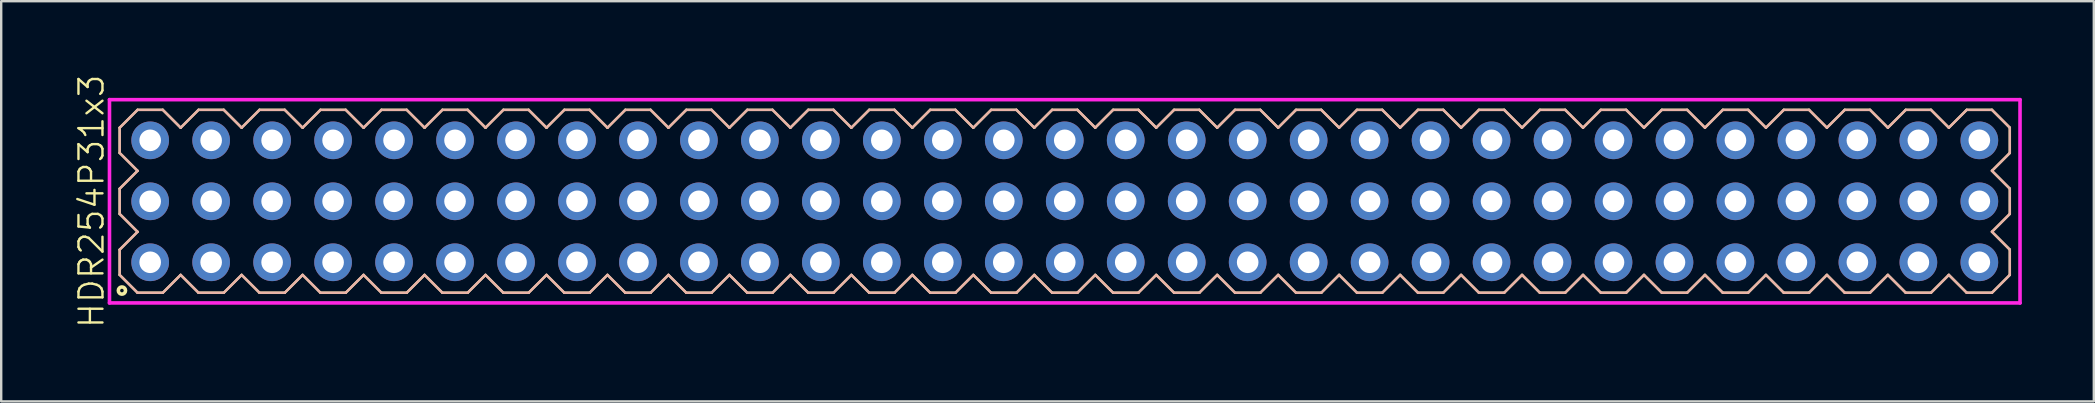
<source format=kicad_pcb>
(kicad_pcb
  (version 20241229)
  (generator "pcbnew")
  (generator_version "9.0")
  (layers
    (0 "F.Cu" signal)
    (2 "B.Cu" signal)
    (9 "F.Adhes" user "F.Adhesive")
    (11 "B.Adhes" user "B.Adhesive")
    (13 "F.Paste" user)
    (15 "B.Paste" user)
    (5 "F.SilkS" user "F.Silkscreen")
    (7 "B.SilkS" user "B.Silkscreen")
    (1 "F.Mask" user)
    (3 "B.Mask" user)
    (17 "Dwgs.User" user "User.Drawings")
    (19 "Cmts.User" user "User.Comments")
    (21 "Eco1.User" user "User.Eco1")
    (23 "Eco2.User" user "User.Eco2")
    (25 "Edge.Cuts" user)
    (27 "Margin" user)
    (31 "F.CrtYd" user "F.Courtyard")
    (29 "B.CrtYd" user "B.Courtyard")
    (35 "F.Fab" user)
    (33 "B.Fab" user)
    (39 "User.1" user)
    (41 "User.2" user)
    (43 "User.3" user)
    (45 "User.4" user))
  (footprint "HDR254P31x3"
    (layer "F.Cu")
    (at 41.306 5.336)
    (property "Reference" "HDR254P31x3" (at -40.545 0 90) (layer "F.SilkS") (effects (font (size 1 1) (thickness 0.1))))
    (attr through_hole)
    (fp_line (start -39.37 -3.066) (end -38.626 -3.81) (stroke (width 0.1) (type solid)) (layer "F.SilkS"))
    (fp_line (start -39.37 -2.014) (end -39.37 -3.066) (stroke (width 0.1) (type solid)) (layer "F.SilkS"))
    (fp_line (start -39.37 -0.526) (end -38.626 -1.27) (stroke (width 0.1) (type solid)) (layer "F.SilkS"))
    (fp_line (start -39.37 0.526) (end -39.37 -0.526) (stroke (width 0.1) (type solid)) (layer "F.SilkS"))
    (fp_line (start -39.37 2.014) (end -38.626 1.27) (stroke (width 0.1) (type solid)) (layer "F.SilkS"))
    (fp_line (start -39.37 3.066) (end -39.37 2.014) (stroke (width 0.1) (type solid)) (layer "F.SilkS"))
    (fp_line (start -38.626 -3.81) (end -37.574 -3.81) (stroke (width 0.1) (type solid)) (layer "F.SilkS"))
    (fp_line (start -38.626 -1.27) (end -39.37 -2.014) (stroke (width 0.1) (type solid)) (layer "F.SilkS"))
    (fp_line (start -38.626 1.27) (end -39.37 0.526) (stroke (width 0.1) (type solid)) (layer "F.SilkS"))
    (fp_line (start -38.626 3.81) (end -39.37 3.066) (stroke (width 0.1) (type solid)) (layer "F.SilkS"))
    (fp_line (start -37.574 -3.81) (end -36.83 -3.066) (stroke (width 0.1) (type solid)) (layer "F.SilkS"))
    (fp_line (start -37.574 3.81) (end -38.626 3.81) (stroke (width 0.1) (type solid)) (layer "F.SilkS"))
    (fp_line (start -36.83 -3.066) (end -36.086 -3.81) (stroke (width 0.1) (type solid)) (layer "F.SilkS"))
    (fp_line (start -36.83 3.066) (end -37.574 3.81) (stroke (width 0.1) (type solid)) (layer "F.SilkS"))
    (fp_line (start -36.086 -3.81) (end -35.034 -3.81) (stroke (width 0.1) (type solid)) (layer "F.SilkS"))
    (fp_line (start -36.086 3.81) (end -36.83 3.066) (stroke (width 0.1) (type solid)) (layer "F.SilkS"))
    (fp_line (start -35.034 -3.81) (end -34.29 -3.066) (stroke (width 0.1) (type solid)) (layer "F.SilkS"))
    (fp_line (start -35.034 3.81) (end -36.086 3.81) (stroke (width 0.1) (type solid)) (layer "F.SilkS"))
    (fp_line (start -34.29 -3.066) (end -33.546 -3.81) (stroke (width 0.1) (type solid)) (layer "F.SilkS"))
    (fp_line (start -34.29 3.066) (end -35.034 3.81) (stroke (width 0.1) (type solid)) (layer "F.SilkS"))
    (fp_line (start -33.546 -3.81) (end -32.494 -3.81) (stroke (width 0.1) (type solid)) (layer "F.SilkS"))
    (fp_line (start -33.546 3.81) (end -34.29 3.066) (stroke (width 0.1) (type solid)) (layer "F.SilkS"))
    (fp_line (start -32.494 -3.81) (end -31.75 -3.066) (stroke (width 0.1) (type solid)) (layer "F.SilkS"))
    (fp_line (start -32.494 3.81) (end -33.546 3.81) (stroke (width 0.1) (type solid)) (layer "F.SilkS"))
    (fp_line (start -31.75 -3.066) (end -31.006 -3.81) (stroke (width 0.1) (type solid)) (layer "F.SilkS"))
    (fp_line (start -31.75 3.066) (end -32.494 3.81) (stroke (width 0.1) (type solid)) (layer "F.SilkS"))
    (fp_line (start -31.006 -3.81) (end -29.954 -3.81) (stroke (width 0.1) (type solid)) (layer "F.SilkS"))
    (fp_line (start -31.006 3.81) (end -31.75 3.066) (stroke (width 0.1) (type solid)) (layer "F.SilkS"))
    (fp_line (start -29.954 -3.81) (end -29.21 -3.066) (stroke (width 0.1) (type solid)) (layer "F.SilkS"))
    (fp_line (start -29.954 3.81) (end -31.006 3.81) (stroke (width 0.1) (type solid)) (layer "F.SilkS"))
    (fp_line (start -29.21 -3.066) (end -28.466 -3.81) (stroke (width 0.1) (type solid)) (layer "F.SilkS"))
    (fp_line (start -29.21 3.066) (end -29.954 3.81) (stroke (width 0.1) (type solid)) (layer "F.SilkS"))
    (fp_line (start -28.466 -3.81) (end -27.414 -3.81) (stroke (width 0.1) (type solid)) (layer "F.SilkS"))
    (fp_line (start -28.466 3.81) (end -29.21 3.066) (stroke (width 0.1) (type solid)) (layer "F.SilkS"))
    (fp_line (start -27.414 -3.81) (end -26.67 -3.066) (stroke (width 0.1) (type solid)) (layer "F.SilkS"))
    (fp_line (start -27.414 3.81) (end -28.466 3.81) (stroke (width 0.1) (type solid)) (layer "F.SilkS"))
    (fp_line (start -26.67 -3.066) (end -25.926 -3.81) (stroke (width 0.1) (type solid)) (layer "F.SilkS"))
    (fp_line (start -26.67 3.066) (end -27.414 3.81) (stroke (width 0.1) (type solid)) (layer "F.SilkS"))
    (fp_line (start -25.926 -3.81) (end -24.874 -3.81) (stroke (width 0.1) (type solid)) (layer "F.SilkS"))
    (fp_line (start -25.926 3.81) (end -26.67 3.066) (stroke (width 0.1) (type solid)) (layer "F.SilkS"))
    (fp_line (start -24.874 -3.81) (end -24.13 -3.066) (stroke (width 0.1) (type solid)) (layer "F.SilkS"))
    (fp_line (start -24.874 3.81) (end -25.926 3.81) (stroke (width 0.1) (type solid)) (layer "F.SilkS"))
    (fp_line (start -24.13 -3.066) (end -23.386 -3.81) (stroke (width 0.1) (type solid)) (layer "F.SilkS"))
    (fp_line (start -24.13 3.066) (end -24.874 3.81) (stroke (width 0.1) (type solid)) (layer "F.SilkS"))
    (fp_line (start -23.386 -3.81) (end -22.334 -3.81) (stroke (width 0.1) (type solid)) (layer "F.SilkS"))
    (fp_line (start -23.386 3.81) (end -24.13 3.066) (stroke (width 0.1) (type solid)) (layer "F.SilkS"))
    (fp_line (start -22.334 -3.81) (end -21.59 -3.066) (stroke (width 0.1) (type solid)) (layer "F.SilkS"))
    (fp_line (start -22.334 3.81) (end -23.386 3.81) (stroke (width 0.1) (type solid)) (layer "F.SilkS"))
    (fp_line (start -21.59 -3.066) (end -20.846 -3.81) (stroke (width 0.1) (type solid)) (layer "F.SilkS"))
    (fp_line (start -21.59 3.066) (end -22.334 3.81) (stroke (width 0.1) (type solid)) (layer "F.SilkS"))
    (fp_line (start -20.846 -3.81) (end -19.794 -3.81) (stroke (width 0.1) (type solid)) (layer "F.SilkS"))
    (fp_line (start -20.846 3.81) (end -21.59 3.066) (stroke (width 0.1) (type solid)) (layer "F.SilkS"))
    (fp_line (start -19.794 -3.81) (end -19.05 -3.066) (stroke (width 0.1) (type solid)) (layer "F.SilkS"))
    (fp_line (start -19.794 3.81) (end -20.846 3.81) (stroke (width 0.1) (type solid)) (layer "F.SilkS"))
    (fp_line (start -19.05 -3.066) (end -18.306 -3.81) (stroke (width 0.1) (type solid)) (layer "F.SilkS"))
    (fp_line (start -19.05 3.066) (end -19.794 3.81) (stroke (width 0.1) (type solid)) (layer "F.SilkS"))
    (fp_line (start -18.306 -3.81) (end -17.254 -3.81) (stroke (width 0.1) (type solid)) (layer "F.SilkS"))
    (fp_line (start -18.306 3.81) (end -19.05 3.066) (stroke (width 0.1) (type solid)) (layer "F.SilkS"))
    (fp_line (start -17.254 -3.81) (end -16.51 -3.066) (stroke (width 0.1) (type solid)) (layer "F.SilkS"))
    (fp_line (start -17.254 3.81) (end -18.306 3.81) (stroke (width 0.1) (type solid)) (layer "F.SilkS"))
    (fp_line (start -16.51 -3.066) (end -15.766 -3.81) (stroke (width 0.1) (type solid)) (layer "F.SilkS"))
    (fp_line (start -16.51 3.066) (end -17.254 3.81) (stroke (width 0.1) (type solid)) (layer "F.SilkS"))
    (fp_line (start -15.766 -3.81) (end -14.714 -3.81) (stroke (width 0.1) (type solid)) (layer "F.SilkS"))
    (fp_line (start -15.766 3.81) (end -16.51 3.066) (stroke (width 0.1) (type solid)) (layer "F.SilkS"))
    (fp_line (start -14.714 -3.81) (end -13.97 -3.066) (stroke (width 0.1) (type solid)) (layer "F.SilkS"))
    (fp_line (start -14.714 3.81) (end -15.766 3.81) (stroke (width 0.1) (type solid)) (layer "F.SilkS"))
    (fp_line (start -13.97 -3.066) (end -13.226 -3.81) (stroke (width 0.1) (type solid)) (layer "F.SilkS"))
    (fp_line (start -13.97 3.066) (end -14.714 3.81) (stroke (width 0.1) (type solid)) (layer "F.SilkS"))
    (fp_line (start -13.226 -3.81) (end -12.174 -3.81) (stroke (width 0.1) (type solid)) (layer "F.SilkS"))
    (fp_line (start -13.226 3.81) (end -13.97 3.066) (stroke (width 0.1) (type solid)) (layer "F.SilkS"))
    (fp_line (start -12.174 -3.81) (end -11.43 -3.066) (stroke (width 0.1) (type solid)) (layer "F.SilkS"))
    (fp_line (start -12.174 3.81) (end -13.226 3.81) (stroke (width 0.1) (type solid)) (layer "F.SilkS"))
    (fp_line (start -11.43 -3.066) (end -10.686 -3.81) (stroke (width 0.1) (type solid)) (layer "F.SilkS"))
    (fp_line (start -11.43 3.066) (end -12.174 3.81) (stroke (width 0.1) (type solid)) (layer "F.SilkS"))
    (fp_line (start -10.686 -3.81) (end -9.634 -3.81) (stroke (width 0.1) (type solid)) (layer "F.SilkS"))
    (fp_line (start -10.686 3.81) (end -11.43 3.066) (stroke (width 0.1) (type solid)) (layer "F.SilkS"))
    (fp_line (start -9.634 -3.81) (end -8.89 -3.066) (stroke (width 0.1) (type solid)) (layer "F.SilkS"))
    (fp_line (start -9.634 3.81) (end -10.686 3.81) (stroke (width 0.1) (type solid)) (layer "F.SilkS"))
    (fp_line (start -8.89 -3.066) (end -8.146 -3.81) (stroke (width 0.1) (type solid)) (layer "F.SilkS"))
    (fp_line (start -8.89 3.066) (end -9.634 3.81) (stroke (width 0.1) (type solid)) (layer "F.SilkS"))
    (fp_line (start -8.146 -3.81) (end -7.094 -3.81) (stroke (width 0.1) (type solid)) (layer "F.SilkS"))
    (fp_line (start -8.146 3.81) (end -8.89 3.066) (stroke (width 0.1) (type solid)) (layer "F.SilkS"))
    (fp_line (start -7.094 -3.81) (end -6.35 -3.066) (stroke (width 0.1) (type solid)) (layer "F.SilkS"))
    (fp_line (start -7.094 3.81) (end -8.146 3.81) (stroke (width 0.1) (type solid)) (layer "F.SilkS"))
    (fp_line (start -6.35 -3.066) (end -5.606 -3.81) (stroke (width 0.1) (type solid)) (layer "F.SilkS"))
    (fp_line (start -6.35 3.066) (end -7.094 3.81) (stroke (width 0.1) (type solid)) (layer "F.SilkS"))
    (fp_line (start -5.606 -3.81) (end -4.554 -3.81) (stroke (width 0.1) (type solid)) (layer "F.SilkS"))
    (fp_line (start -5.606 3.81) (end -6.35 3.066) (stroke (width 0.1) (type solid)) (layer "F.SilkS"))
    (fp_line (start -4.554 -3.81) (end -3.81 -3.066) (stroke (width 0.1) (type solid)) (layer "F.SilkS"))
    (fp_line (start -4.554 3.81) (end -5.606 3.81) (stroke (width 0.1) (type solid)) (layer "F.SilkS"))
    (fp_line (start -3.81 -3.066) (end -3.066 -3.81) (stroke (width 0.1) (type solid)) (layer "F.SilkS"))
    (fp_line (start -3.81 3.066) (end -4.554 3.81) (stroke (width 0.1) (type solid)) (layer "F.SilkS"))
    (fp_line (start -3.066 -3.81) (end -2.014 -3.81) (stroke (width 0.1) (type solid)) (layer "F.SilkS"))
    (fp_line (start -3.066 3.81) (end -3.81 3.066) (stroke (width 0.1) (type solid)) (layer "F.SilkS"))
    (fp_line (start -2.014 -3.81) (end -1.27 -3.066) (stroke (width 0.1) (type solid)) (layer "F.SilkS"))
    (fp_line (start -2.014 3.81) (end -3.066 3.81) (stroke (width 0.1) (type solid)) (layer "F.SilkS"))
    (fp_line (start -1.27 -3.066) (end -0.526 -3.81) (stroke (width 0.1) (type solid)) (layer "F.SilkS"))
    (fp_line (start -1.27 3.066) (end -2.014 3.81) (stroke (width 0.1) (type solid)) (layer "F.SilkS"))
    (fp_line (start -0.526 -3.81) (end 0.526 -3.81) (stroke (width 0.1) (type solid)) (layer "F.SilkS"))
    (fp_line (start -0.526 3.81) (end -1.27 3.066) (stroke (width 0.1) (type solid)) (layer "F.SilkS"))
    (fp_line (start 0.526 -3.81) (end 1.27 -3.066) (stroke (width 0.1) (type solid)) (layer "F.SilkS"))
    (fp_line (start 0.526 3.81) (end -0.526 3.81) (stroke (width 0.1) (type solid)) (layer "F.SilkS"))
    (fp_line (start 1.27 -3.066) (end 2.014 -3.81) (stroke (width 0.1) (type solid)) (layer "F.SilkS"))
    (fp_line (start 1.27 3.066) (end 0.526 3.81) (stroke (width 0.1) (type solid)) (layer "F.SilkS"))
    (fp_line (start 2.014 -3.81) (end 3.066 -3.81) (stroke (width 0.1) (type solid)) (layer "F.SilkS"))
    (fp_line (start 2.014 3.81) (end 1.27 3.066) (stroke (width 0.1) (type solid)) (layer "F.SilkS"))
    (fp_line (start 3.066 -3.81) (end 3.81 -3.066) (stroke (width 0.1) (type solid)) (layer "F.SilkS"))
    (fp_line (start 3.066 3.81) (end 2.014 3.81) (stroke (width 0.1) (type solid)) (layer "F.SilkS"))
    (fp_line (start 3.81 -3.066) (end 4.554 -3.81) (stroke (width 0.1) (type solid)) (layer "F.SilkS"))
    (fp_line (start 3.81 3.066) (end 3.066 3.81) (stroke (width 0.1) (type solid)) (layer "F.SilkS"))
    (fp_line (start 4.554 -3.81) (end 5.606 -3.81) (stroke (width 0.1) (type solid)) (layer "F.SilkS"))
    (fp_line (start 4.554 3.81) (end 3.81 3.066) (stroke (width 0.1) (type solid)) (layer "F.SilkS"))
    (fp_line (start 5.606 -3.81) (end 6.35 -3.066) (stroke (width 0.1) (type solid)) (layer "F.SilkS"))
    (fp_line (start 5.606 3.81) (end 4.554 3.81) (stroke (width 0.1) (type solid)) (layer "F.SilkS"))
    (fp_line (start 6.35 -3.066) (end 7.094 -3.81) (stroke (width 0.1) (type solid)) (layer "F.SilkS"))
    (fp_line (start 6.35 3.066) (end 5.606 3.81) (stroke (width 0.1) (type solid)) (layer "F.SilkS"))
    (fp_line (start 7.094 -3.81) (end 8.146 -3.81) (stroke (width 0.1) (type solid)) (layer "F.SilkS"))
    (fp_line (start 7.094 3.81) (end 6.35 3.066) (stroke (width 0.1) (type solid)) (layer "F.SilkS"))
    (fp_line (start 8.146 -3.81) (end 8.89 -3.066) (stroke (width 0.1) (type solid)) (layer "F.SilkS"))
    (fp_line (start 8.146 3.81) (end 7.094 3.81) (stroke (width 0.1) (type solid)) (layer "F.SilkS"))
    (fp_line (start 8.89 -3.066) (end 9.634 -3.81) (stroke (width 0.1) (type solid)) (layer "F.SilkS"))
    (fp_line (start 8.89 3.066) (end 8.146 3.81) (stroke (width 0.1) (type solid)) (layer "F.SilkS"))
    (fp_line (start 9.634 -3.81) (end 10.686 -3.81) (stroke (width 0.1) (type solid)) (layer "F.SilkS"))
    (fp_line (start 9.634 3.81) (end 8.89 3.066) (stroke (width 0.1) (type solid)) (layer "F.SilkS"))
    (fp_line (start 10.686 -3.81) (end 11.43 -3.066) (stroke (width 0.1) (type solid)) (layer "F.SilkS"))
    (fp_line (start 10.686 3.81) (end 9.634 3.81) (stroke (width 0.1) (type solid)) (layer "F.SilkS"))
    (fp_line (start 11.43 -3.066) (end 12.174 -3.81) (stroke (width 0.1) (type solid)) (layer "F.SilkS"))
    (fp_line (start 11.43 3.066) (end 10.686 3.81) (stroke (width 0.1) (type solid)) (layer "F.SilkS"))
    (fp_line (start 12.174 -3.81) (end 13.226 -3.81) (stroke (width 0.1) (type solid)) (layer "F.SilkS"))
    (fp_line (start 12.174 3.81) (end 11.43 3.066) (stroke (width 0.1) (type solid)) (layer "F.SilkS"))
    (fp_line (start 13.226 -3.81) (end 13.97 -3.066) (stroke (width 0.1) (type solid)) (layer "F.SilkS"))
    (fp_line (start 13.226 3.81) (end 12.174 3.81) (stroke (width 0.1) (type solid)) (layer "F.SilkS"))
    (fp_line (start 13.97 -3.066) (end 14.714 -3.81) (stroke (width 0.1) (type solid)) (layer "F.SilkS"))
    (fp_line (start 13.97 3.066) (end 13.226 3.81) (stroke (width 0.1) (type solid)) (layer "F.SilkS"))
    (fp_line (start 14.714 -3.81) (end 15.766 -3.81) (stroke (width 0.1) (type solid)) (layer "F.SilkS"))
    (fp_line (start 14.714 3.81) (end 13.97 3.066) (stroke (width 0.1) (type solid)) (layer "F.SilkS"))
    (fp_line (start 15.766 -3.81) (end 16.51 -3.066) (stroke (width 0.1) (type solid)) (layer "F.SilkS"))
    (fp_line (start 15.766 3.81) (end 14.714 3.81) (stroke (width 0.1) (type solid)) (layer "F.SilkS"))
    (fp_line (start 16.51 -3.066) (end 17.254 -3.81) (stroke (width 0.1) (type solid)) (layer "F.SilkS"))
    (fp_line (start 16.51 3.066) (end 15.766 3.81) (stroke (width 0.1) (type solid)) (layer "F.SilkS"))
    (fp_line (start 17.254 -3.81) (end 18.306 -3.81) (stroke (width 0.1) (type solid)) (layer "F.SilkS"))
    (fp_line (start 17.254 3.81) (end 16.51 3.066) (stroke (width 0.1) (type solid)) (layer "F.SilkS"))
    (fp_line (start 18.306 -3.81) (end 19.05 -3.066) (stroke (width 0.1) (type solid)) (layer "F.SilkS"))
    (fp_line (start 18.306 3.81) (end 17.254 3.81) (stroke (width 0.1) (type solid)) (layer "F.SilkS"))
    (fp_line (start 19.05 -3.066) (end 19.794 -3.81) (stroke (width 0.1) (type solid)) (layer "F.SilkS"))
    (fp_line (start 19.05 3.066) (end 18.306 3.81) (stroke (width 0.1) (type solid)) (layer "F.SilkS"))
    (fp_line (start 19.794 -3.81) (end 20.846 -3.81) (stroke (width 0.1) (type solid)) (layer "F.SilkS"))
    (fp_line (start 19.794 3.81) (end 19.05 3.066) (stroke (width 0.1) (type solid)) (layer "F.SilkS"))
    (fp_line (start 20.846 -3.81) (end 21.59 -3.066) (stroke (width 0.1) (type solid)) (layer "F.SilkS"))
    (fp_line (start 20.846 3.81) (end 19.794 3.81) (stroke (width 0.1) (type solid)) (layer "F.SilkS"))
    (fp_line (start 21.59 -3.066) (end 22.334 -3.81) (stroke (width 0.1) (type solid)) (layer "F.SilkS"))
    (fp_line (start 21.59 3.066) (end 20.846 3.81) (stroke (width 0.1) (type solid)) (layer "F.SilkS"))
    (fp_line (start 22.334 -3.81) (end 23.386 -3.81) (stroke (width 0.1) (type solid)) (layer "F.SilkS"))
    (fp_line (start 22.334 3.81) (end 21.59 3.066) (stroke (width 0.1) (type solid)) (layer "F.SilkS"))
    (fp_line (start 23.386 -3.81) (end 24.13 -3.066) (stroke (width 0.1) (type solid)) (layer "F.SilkS"))
    (fp_line (start 23.386 3.81) (end 22.334 3.81) (stroke (width 0.1) (type solid)) (layer "F.SilkS"))
    (fp_line (start 24.13 -3.066) (end 24.874 -3.81) (stroke (width 0.1) (type solid)) (layer "F.SilkS"))
    (fp_line (start 24.13 3.066) (end 23.386 3.81) (stroke (width 0.1) (type solid)) (layer "F.SilkS"))
    (fp_line (start 24.874 -3.81) (end 25.926 -3.81) (stroke (width 0.1) (type solid)) (layer "F.SilkS"))
    (fp_line (start 24.874 3.81) (end 24.13 3.066) (stroke (width 0.1) (type solid)) (layer "F.SilkS"))
    (fp_line (start 25.926 -3.81) (end 26.67 -3.066) (stroke (width 0.1) (type solid)) (layer "F.SilkS"))
    (fp_line (start 25.926 3.81) (end 24.874 3.81) (stroke (width 0.1) (type solid)) (layer "F.SilkS"))
    (fp_line (start 26.67 -3.066) (end 27.414 -3.81) (stroke (width 0.1) (type solid)) (layer "F.SilkS"))
    (fp_line (start 26.67 3.066) (end 25.926 3.81) (stroke (width 0.1) (type solid)) (layer "F.SilkS"))
    (fp_line (start 27.414 -3.81) (end 28.466 -3.81) (stroke (width 0.1) (type solid)) (layer "F.SilkS"))
    (fp_line (start 27.414 3.81) (end 26.67 3.066) (stroke (width 0.1) (type solid)) (layer "F.SilkS"))
    (fp_line (start 28.466 -3.81) (end 29.21 -3.066) (stroke (width 0.1) (type solid)) (layer "F.SilkS"))
    (fp_line (start 28.466 3.81) (end 27.414 3.81) (stroke (width 0.1) (type solid)) (layer "F.SilkS"))
    (fp_line (start 29.21 -3.066) (end 29.954 -3.81) (stroke (width 0.1) (type solid)) (layer "F.SilkS"))
    (fp_line (start 29.21 3.066) (end 28.466 3.81) (stroke (width 0.1) (type solid)) (layer "F.SilkS"))
    (fp_line (start 29.954 -3.81) (end 31.006 -3.81) (stroke (width 0.1) (type solid)) (layer "F.SilkS"))
    (fp_line (start 29.954 3.81) (end 29.21 3.066) (stroke (width 0.1) (type solid)) (layer "F.SilkS"))
    (fp_line (start 31.006 -3.81) (end 31.75 -3.066) (stroke (width 0.1) (type solid)) (layer "F.SilkS"))
    (fp_line (start 31.006 3.81) (end 29.954 3.81) (stroke (width 0.1) (type solid)) (layer "F.SilkS"))
    (fp_line (start 31.75 -3.066) (end 32.494 -3.81) (stroke (width 0.1) (type solid)) (layer "F.SilkS"))
    (fp_line (start 31.75 3.066) (end 31.006 3.81) (stroke (width 0.1) (type solid)) (layer "F.SilkS"))
    (fp_line (start 32.494 -3.81) (end 33.546 -3.81) (stroke (width 0.1) (type solid)) (layer "F.SilkS"))
    (fp_line (start 32.494 3.81) (end 31.75 3.066) (stroke (width 0.1) (type solid)) (layer "F.SilkS"))
    (fp_line (start 33.546 -3.81) (end 34.29 -3.066) (stroke (width 0.1) (type solid)) (layer "F.SilkS"))
    (fp_line (start 33.546 3.81) (end 32.494 3.81) (stroke (width 0.1) (type solid)) (layer "F.SilkS"))
    (fp_line (start 34.29 -3.066) (end 35.034 -3.81) (stroke (width 0.1) (type solid)) (layer "F.SilkS"))
    (fp_line (start 34.29 3.066) (end 33.546 3.81) (stroke (width 0.1) (type solid)) (layer "F.SilkS"))
    (fp_line (start 35.034 -3.81) (end 36.086 -3.81) (stroke (width 0.1) (type solid)) (layer "F.SilkS"))
    (fp_line (start 35.034 3.81) (end 34.29 3.066) (stroke (width 0.1) (type solid)) (layer "F.SilkS"))
    (fp_line (start 36.086 -3.81) (end 36.83 -3.066) (stroke (width 0.1) (type solid)) (layer "F.SilkS"))
    (fp_line (start 36.086 3.81) (end 35.034 3.81) (stroke (width 0.1) (type solid)) (layer "F.SilkS"))
    (fp_line (start 36.83 -3.066) (end 37.574 -3.81) (stroke (width 0.1) (type solid)) (layer "F.SilkS"))
    (fp_line (start 36.83 3.066) (end 36.086 3.81) (stroke (width 0.1) (type solid)) (layer "F.SilkS"))
    (fp_line (start 37.574 -3.81) (end 38.626 -3.81) (stroke (width 0.1) (type solid)) (layer "F.SilkS"))
    (fp_line (start 37.574 3.81) (end 36.83 3.066) (stroke (width 0.1) (type solid)) (layer "F.SilkS"))
    (fp_line (start 38.626 -3.81) (end 39.37 -3.066) (stroke (width 0.1) (type solid)) (layer "F.SilkS"))
    (fp_line (start 38.626 -1.27) (end 39.37 -0.526) (stroke (width 0.1) (type solid)) (layer "F.SilkS"))
    (fp_line (start 38.626 1.27) (end 39.37 2.014) (stroke (width 0.1) (type solid)) (layer "F.SilkS"))
    (fp_line (start 38.626 3.81) (end 37.574 3.81) (stroke (width 0.1) (type solid)) (layer "F.SilkS"))
    (fp_line (start 39.37 -3.066) (end 39.37 -2.014) (stroke (width 0.1) (type solid)) (layer "F.SilkS"))
    (fp_line (start 39.37 -2.014) (end 38.626 -1.27) (stroke (width 0.1) (type solid)) (layer "F.SilkS"))
    (fp_line (start 39.37 -0.526) (end 39.37 0.526) (stroke (width 0.1) (type solid)) (layer "F.SilkS"))
    (fp_line (start 39.37 0.526) (end 38.626 1.27) (stroke (width 0.1) (type solid)) (layer "F.SilkS"))
    (fp_line (start 39.37 2.014) (end 39.37 3.066) (stroke (width 0.1) (type solid)) (layer "F.SilkS"))
    (fp_line (start 39.37 3.066) (end 38.626 3.81) (stroke (width 0.1) (type solid)) (layer "F.SilkS"))
    (fp_circle (center -39.277 3.718) (end -39.127 3.718) (stroke (width 0.15) (type solid)) (fill no) (layer "F.SilkS"))
    (fp_line (start -39.37 -3.066) (end -38.626 -3.81) (stroke (width 0.1) (type solid)) (layer "B.SilkS"))
    (fp_line (start -39.37 -2.014) (end -39.37 -3.066) (stroke (width 0.1) (type solid)) (layer "B.SilkS"))
    (fp_line (start -39.37 -0.526) (end -38.626 -1.27) (stroke (width 0.1) (type solid)) (layer "B.SilkS"))
    (fp_line (start -39.37 0.526) (end -39.37 -0.526) (stroke (width 0.1) (type solid)) (layer "B.SilkS"))
    (fp_line (start -39.37 2.014) (end -38.626 1.27) (stroke (width 0.1) (type solid)) (layer "B.SilkS"))
    (fp_line (start -39.37 3.066) (end -39.37 2.014) (stroke (width 0.1) (type solid)) (layer "B.SilkS"))
    (fp_line (start -38.626 -3.81) (end -37.574 -3.81) (stroke (width 0.1) (type solid)) (layer "B.SilkS"))
    (fp_line (start -38.626 -1.27) (end -39.37 -2.014) (stroke (width 0.1) (type solid)) (layer "B.SilkS"))
    (fp_line (start -38.626 1.27) (end -39.37 0.526) (stroke (width 0.1) (type solid)) (layer "B.SilkS"))
    (fp_line (start -38.626 3.81) (end -39.37 3.066) (stroke (width 0.1) (type solid)) (layer "B.SilkS"))
    (fp_line (start -37.574 -3.81) (end -36.83 -3.066) (stroke (width 0.1) (type solid)) (layer "B.SilkS"))
    (fp_line (start -37.574 3.81) (end -38.626 3.81) (stroke (width 0.1) (type solid)) (layer "B.SilkS"))
    (fp_line (start -36.83 -3.066) (end -36.086 -3.81) (stroke (width 0.1) (type solid)) (layer "B.SilkS"))
    (fp_line (start -36.83 3.066) (end -37.574 3.81) (stroke (width 0.1) (type solid)) (layer "B.SilkS"))
    (fp_line (start -36.086 -3.81) (end -35.034 -3.81) (stroke (width 0.1) (type solid)) (layer "B.SilkS"))
    (fp_line (start -36.086 3.81) (end -36.83 3.066) (stroke (width 0.1) (type solid)) (layer "B.SilkS"))
    (fp_line (start -35.034 -3.81) (end -34.29 -3.066) (stroke (width 0.1) (type solid)) (layer "B.SilkS"))
    (fp_line (start -35.034 3.81) (end -36.086 3.81) (stroke (width 0.1) (type solid)) (layer "B.SilkS"))
    (fp_line (start -34.29 -3.066) (end -33.546 -3.81) (stroke (width 0.1) (type solid)) (layer "B.SilkS"))
    (fp_line (start -34.29 3.066) (end -35.034 3.81) (stroke (width 0.1) (type solid)) (layer "B.SilkS"))
    (fp_line (start -33.546 -3.81) (end -32.494 -3.81) (stroke (width 0.1) (type solid)) (layer "B.SilkS"))
    (fp_line (start -33.546 3.81) (end -34.29 3.066) (stroke (width 0.1) (type solid)) (layer "B.SilkS"))
    (fp_line (start -32.494 -3.81) (end -31.75 -3.066) (stroke (width 0.1) (type solid)) (layer "B.SilkS"))
    (fp_line (start -32.494 3.81) (end -33.546 3.81) (stroke (width 0.1) (type solid)) (layer "B.SilkS"))
    (fp_line (start -31.75 -3.066) (end -31.006 -3.81) (stroke (width 0.1) (type solid)) (layer "B.SilkS"))
    (fp_line (start -31.75 3.066) (end -32.494 3.81) (stroke (width 0.1) (type solid)) (layer "B.SilkS"))
    (fp_line (start -31.006 -3.81) (end -29.954 -3.81) (stroke (width 0.1) (type solid)) (layer "B.SilkS"))
    (fp_line (start -31.006 3.81) (end -31.75 3.066) (stroke (width 0.1) (type solid)) (layer "B.SilkS"))
    (fp_line (start -29.954 -3.81) (end -29.21 -3.066) (stroke (width 0.1) (type solid)) (layer "B.SilkS"))
    (fp_line (start -29.954 3.81) (end -31.006 3.81) (stroke (width 0.1) (type solid)) (layer "B.SilkS"))
    (fp_line (start -29.21 -3.066) (end -28.466 -3.81) (stroke (width 0.1) (type solid)) (layer "B.SilkS"))
    (fp_line (start -29.21 3.066) (end -29.954 3.81) (stroke (width 0.1) (type solid)) (layer "B.SilkS"))
    (fp_line (start -28.466 -3.81) (end -27.414 -3.81) (stroke (width 0.1) (type solid)) (layer "B.SilkS"))
    (fp_line (start -28.466 3.81) (end -29.21 3.066) (stroke (width 0.1) (type solid)) (layer "B.SilkS"))
    (fp_line (start -27.414 -3.81) (end -26.67 -3.066) (stroke (width 0.1) (type solid)) (layer "B.SilkS"))
    (fp_line (start -27.414 3.81) (end -28.466 3.81) (stroke (width 0.1) (type solid)) (layer "B.SilkS"))
    (fp_line (start -26.67 -3.066) (end -25.926 -3.81) (stroke (width 0.1) (type solid)) (layer "B.SilkS"))
    (fp_line (start -26.67 3.066) (end -27.414 3.81) (stroke (width 0.1) (type solid)) (layer "B.SilkS"))
    (fp_line (start -25.926 -3.81) (end -24.874 -3.81) (stroke (width 0.1) (type solid)) (layer "B.SilkS"))
    (fp_line (start -25.926 3.81) (end -26.67 3.066) (stroke (width 0.1) (type solid)) (layer "B.SilkS"))
    (fp_line (start -24.874 -3.81) (end -24.13 -3.066) (stroke (width 0.1) (type solid)) (layer "B.SilkS"))
    (fp_line (start -24.874 3.81) (end -25.926 3.81) (stroke (width 0.1) (type solid)) (layer "B.SilkS"))
    (fp_line (start -24.13 -3.066) (end -23.386 -3.81) (stroke (width 0.1) (type solid)) (layer "B.SilkS"))
    (fp_line (start -24.13 3.066) (end -24.874 3.81) (stroke (width 0.1) (type solid)) (layer "B.SilkS"))
    (fp_line (start -23.386 -3.81) (end -22.334 -3.81) (stroke (width 0.1) (type solid)) (layer "B.SilkS"))
    (fp_line (start -23.386 3.81) (end -24.13 3.066) (stroke (width 0.1) (type solid)) (layer "B.SilkS"))
    (fp_line (start -22.334 -3.81) (end -21.59 -3.066) (stroke (width 0.1) (type solid)) (layer "B.SilkS"))
    (fp_line (start -22.334 3.81) (end -23.386 3.81) (stroke (width 0.1) (type solid)) (layer "B.SilkS"))
    (fp_line (start -21.59 -3.066) (end -20.846 -3.81) (stroke (width 0.1) (type solid)) (layer "B.SilkS"))
    (fp_line (start -21.59 3.066) (end -22.334 3.81) (stroke (width 0.1) (type solid)) (layer "B.SilkS"))
    (fp_line (start -20.846 -3.81) (end -19.794 -3.81) (stroke (width 0.1) (type solid)) (layer "B.SilkS"))
    (fp_line (start -20.846 3.81) (end -21.59 3.066) (stroke (width 0.1) (type solid)) (layer "B.SilkS"))
    (fp_line (start -19.794 -3.81) (end -19.05 -3.066) (stroke (width 0.1) (type solid)) (layer "B.SilkS"))
    (fp_line (start -19.794 3.81) (end -20.846 3.81) (stroke (width 0.1) (type solid)) (layer "B.SilkS"))
    (fp_line (start -19.05 -3.066) (end -18.306 -3.81) (stroke (width 0.1) (type solid)) (layer "B.SilkS"))
    (fp_line (start -19.05 3.066) (end -19.794 3.81) (stroke (width 0.1) (type solid)) (layer "B.SilkS"))
    (fp_line (start -18.306 -3.81) (end -17.254 -3.81) (stroke (width 0.1) (type solid)) (layer "B.SilkS"))
    (fp_line (start -18.306 3.81) (end -19.05 3.066) (stroke (width 0.1) (type solid)) (layer "B.SilkS"))
    (fp_line (start -17.254 -3.81) (end -16.51 -3.066) (stroke (width 0.1) (type solid)) (layer "B.SilkS"))
    (fp_line (start -17.254 3.81) (end -18.306 3.81) (stroke (width 0.1) (type solid)) (layer "B.SilkS"))
    (fp_line (start -16.51 -3.066) (end -15.766 -3.81) (stroke (width 0.1) (type solid)) (layer "B.SilkS"))
    (fp_line (start -16.51 3.066) (end -17.254 3.81) (stroke (width 0.1) (type solid)) (layer "B.SilkS"))
    (fp_line (start -15.766 -3.81) (end -14.714 -3.81) (stroke (width 0.1) (type solid)) (layer "B.SilkS"))
    (fp_line (start -15.766 3.81) (end -16.51 3.066) (stroke (width 0.1) (type solid)) (layer "B.SilkS"))
    (fp_line (start -14.714 -3.81) (end -13.97 -3.066) (stroke (width 0.1) (type solid)) (layer "B.SilkS"))
    (fp_line (start -14.714 3.81) (end -15.766 3.81) (stroke (width 0.1) (type solid)) (layer "B.SilkS"))
    (fp_line (start -13.97 -3.066) (end -13.226 -3.81) (stroke (width 0.1) (type solid)) (layer "B.SilkS"))
    (fp_line (start -13.97 3.066) (end -14.714 3.81) (stroke (width 0.1) (type solid)) (layer "B.SilkS"))
    (fp_line (start -13.226 -3.81) (end -12.174 -3.81) (stroke (width 0.1) (type solid)) (layer "B.SilkS"))
    (fp_line (start -13.226 3.81) (end -13.97 3.066) (stroke (width 0.1) (type solid)) (layer "B.SilkS"))
    (fp_line (start -12.174 -3.81) (end -11.43 -3.066) (stroke (width 0.1) (type solid)) (layer "B.SilkS"))
    (fp_line (start -12.174 3.81) (end -13.226 3.81) (stroke (width 0.1) (type solid)) (layer "B.SilkS"))
    (fp_line (start -11.43 -3.066) (end -10.686 -3.81) (stroke (width 0.1) (type solid)) (layer "B.SilkS"))
    (fp_line (start -11.43 3.066) (end -12.174 3.81) (stroke (width 0.1) (type solid)) (layer "B.SilkS"))
    (fp_line (start -10.686 -3.81) (end -9.634 -3.81) (stroke (width 0.1) (type solid)) (layer "B.SilkS"))
    (fp_line (start -10.686 3.81) (end -11.43 3.066) (stroke (width 0.1) (type solid)) (layer "B.SilkS"))
    (fp_line (start -9.634 -3.81) (end -8.89 -3.066) (stroke (width 0.1) (type solid)) (layer "B.SilkS"))
    (fp_line (start -9.634 3.81) (end -10.686 3.81) (stroke (width 0.1) (type solid)) (layer "B.SilkS"))
    (fp_line (start -8.89 -3.066) (end -8.146 -3.81) (stroke (width 0.1) (type solid)) (layer "B.SilkS"))
    (fp_line (start -8.89 3.066) (end -9.634 3.81) (stroke (width 0.1) (type solid)) (layer "B.SilkS"))
    (fp_line (start -8.146 -3.81) (end -7.094 -3.81) (stroke (width 0.1) (type solid)) (layer "B.SilkS"))
    (fp_line (start -8.146 3.81) (end -8.89 3.066) (stroke (width 0.1) (type solid)) (layer "B.SilkS"))
    (fp_line (start -7.094 -3.81) (end -6.35 -3.066) (stroke (width 0.1) (type solid)) (layer "B.SilkS"))
    (fp_line (start -7.094 3.81) (end -8.146 3.81) (stroke (width 0.1) (type solid)) (layer "B.SilkS"))
    (fp_line (start -6.35 -3.066) (end -5.606 -3.81) (stroke (width 0.1) (type solid)) (layer "B.SilkS"))
    (fp_line (start -6.35 3.066) (end -7.094 3.81) (stroke (width 0.1) (type solid)) (layer "B.SilkS"))
    (fp_line (start -5.606 -3.81) (end -4.554 -3.81) (stroke (width 0.1) (type solid)) (layer "B.SilkS"))
    (fp_line (start -5.606 3.81) (end -6.35 3.066) (stroke (width 0.1) (type solid)) (layer "B.SilkS"))
    (fp_line (start -4.554 -3.81) (end -3.81 -3.066) (stroke (width 0.1) (type solid)) (layer "B.SilkS"))
    (fp_line (start -4.554 3.81) (end -5.606 3.81) (stroke (width 0.1) (type solid)) (layer "B.SilkS"))
    (fp_line (start -3.81 -3.066) (end -3.066 -3.81) (stroke (width 0.1) (type solid)) (layer "B.SilkS"))
    (fp_line (start -3.81 3.066) (end -4.554 3.81) (stroke (width 0.1) (type solid)) (layer "B.SilkS"))
    (fp_line (start -3.066 -3.81) (end -2.014 -3.81) (stroke (width 0.1) (type solid)) (layer "B.SilkS"))
    (fp_line (start -3.066 3.81) (end -3.81 3.066) (stroke (width 0.1) (type solid)) (layer "B.SilkS"))
    (fp_line (start -2.014 -3.81) (end -1.27 -3.066) (stroke (width 0.1) (type solid)) (layer "B.SilkS"))
    (fp_line (start -2.014 3.81) (end -3.066 3.81) (stroke (width 0.1) (type solid)) (layer "B.SilkS"))
    (fp_line (start -1.27 -3.066) (end -0.526 -3.81) (stroke (width 0.1) (type solid)) (layer "B.SilkS"))
    (fp_line (start -1.27 3.066) (end -2.014 3.81) (stroke (width 0.1) (type solid)) (layer "B.SilkS"))
    (fp_line (start -0.526 -3.81) (end 0.526 -3.81) (stroke (width 0.1) (type solid)) (layer "B.SilkS"))
    (fp_line (start -0.526 3.81) (end -1.27 3.066) (stroke (width 0.1) (type solid)) (layer "B.SilkS"))
    (fp_line (start 0.526 -3.81) (end 1.27 -3.066) (stroke (width 0.1) (type solid)) (layer "B.SilkS"))
    (fp_line (start 0.526 3.81) (end -0.526 3.81) (stroke (width 0.1) (type solid)) (layer "B.SilkS"))
    (fp_line (start 1.27 -3.066) (end 2.014 -3.81) (stroke (width 0.1) (type solid)) (layer "B.SilkS"))
    (fp_line (start 1.27 3.066) (end 0.526 3.81) (stroke (width 0.1) (type solid)) (layer "B.SilkS"))
    (fp_line (start 2.014 -3.81) (end 3.066 -3.81) (stroke (width 0.1) (type solid)) (layer "B.SilkS"))
    (fp_line (start 2.014 3.81) (end 1.27 3.066) (stroke (width 0.1) (type solid)) (layer "B.SilkS"))
    (fp_line (start 3.066 -3.81) (end 3.81 -3.066) (stroke (width 0.1) (type solid)) (layer "B.SilkS"))
    (fp_line (start 3.066 3.81) (end 2.014 3.81) (stroke (width 0.1) (type solid)) (layer "B.SilkS"))
    (fp_line (start 3.81 -3.066) (end 4.554 -3.81) (stroke (width 0.1) (type solid)) (layer "B.SilkS"))
    (fp_line (start 3.81 3.066) (end 3.066 3.81) (stroke (width 0.1) (type solid)) (layer "B.SilkS"))
    (fp_line (start 4.554 -3.81) (end 5.606 -3.81) (stroke (width 0.1) (type solid)) (layer "B.SilkS"))
    (fp_line (start 4.554 3.81) (end 3.81 3.066) (stroke (width 0.1) (type solid)) (layer "B.SilkS"))
    (fp_line (start 5.606 -3.81) (end 6.35 -3.066) (stroke (width 0.1) (type solid)) (layer "B.SilkS"))
    (fp_line (start 5.606 3.81) (end 4.554 3.81) (stroke (width 0.1) (type solid)) (layer "B.SilkS"))
    (fp_line (start 6.35 -3.066) (end 7.094 -3.81) (stroke (width 0.1) (type solid)) (layer "B.SilkS"))
    (fp_line (start 6.35 3.066) (end 5.606 3.81) (stroke (width 0.1) (type solid)) (layer "B.SilkS"))
    (fp_line (start 7.094 -3.81) (end 8.146 -3.81) (stroke (width 0.1) (type solid)) (layer "B.SilkS"))
    (fp_line (start 7.094 3.81) (end 6.35 3.066) (stroke (width 0.1) (type solid)) (layer "B.SilkS"))
    (fp_line (start 8.146 -3.81) (end 8.89 -3.066) (stroke (width 0.1) (type solid)) (layer "B.SilkS"))
    (fp_line (start 8.146 3.81) (end 7.094 3.81) (stroke (width 0.1) (type solid)) (layer "B.SilkS"))
    (fp_line (start 8.89 -3.066) (end 9.634 -3.81) (stroke (width 0.1) (type solid)) (layer "B.SilkS"))
    (fp_line (start 8.89 3.066) (end 8.146 3.81) (stroke (width 0.1) (type solid)) (layer "B.SilkS"))
    (fp_line (start 9.634 -3.81) (end 10.686 -3.81) (stroke (width 0.1) (type solid)) (layer "B.SilkS"))
    (fp_line (start 9.634 3.81) (end 8.89 3.066) (stroke (width 0.1) (type solid)) (layer "B.SilkS"))
    (fp_line (start 10.686 -3.81) (end 11.43 -3.066) (stroke (width 0.1) (type solid)) (layer "B.SilkS"))
    (fp_line (start 10.686 3.81) (end 9.634 3.81) (stroke (width 0.1) (type solid)) (layer "B.SilkS"))
    (fp_line (start 11.43 -3.066) (end 12.174 -3.81) (stroke (width 0.1) (type solid)) (layer "B.SilkS"))
    (fp_line (start 11.43 3.066) (end 10.686 3.81) (stroke (width 0.1) (type solid)) (layer "B.SilkS"))
    (fp_line (start 12.174 -3.81) (end 13.226 -3.81) (stroke (width 0.1) (type solid)) (layer "B.SilkS"))
    (fp_line (start 12.174 3.81) (end 11.43 3.066) (stroke (width 0.1) (type solid)) (layer "B.SilkS"))
    (fp_line (start 13.226 -3.81) (end 13.97 -3.066) (stroke (width 0.1) (type solid)) (layer "B.SilkS"))
    (fp_line (start 13.226 3.81) (end 12.174 3.81) (stroke (width 0.1) (type solid)) (layer "B.SilkS"))
    (fp_line (start 13.97 -3.066) (end 14.714 -3.81) (stroke (width 0.1) (type solid)) (layer "B.SilkS"))
    (fp_line (start 13.97 3.066) (end 13.226 3.81) (stroke (width 0.1) (type solid)) (layer "B.SilkS"))
    (fp_line (start 14.714 -3.81) (end 15.766 -3.81) (stroke (width 0.1) (type solid)) (layer "B.SilkS"))
    (fp_line (start 14.714 3.81) (end 13.97 3.066) (stroke (width 0.1) (type solid)) (layer "B.SilkS"))
    (fp_line (start 15.766 -3.81) (end 16.51 -3.066) (stroke (width 0.1) (type solid)) (layer "B.SilkS"))
    (fp_line (start 15.766 3.81) (end 14.714 3.81) (stroke (width 0.1) (type solid)) (layer "B.SilkS"))
    (fp_line (start 16.51 -3.066) (end 17.254 -3.81) (stroke (width 0.1) (type solid)) (layer "B.SilkS"))
    (fp_line (start 16.51 3.066) (end 15.766 3.81) (stroke (width 0.1) (type solid)) (layer "B.SilkS"))
    (fp_line (start 17.254 -3.81) (end 18.306 -3.81) (stroke (width 0.1) (type solid)) (layer "B.SilkS"))
    (fp_line (start 17.254 3.81) (end 16.51 3.066) (stroke (width 0.1) (type solid)) (layer "B.SilkS"))
    (fp_line (start 18.306 -3.81) (end 19.05 -3.066) (stroke (width 0.1) (type solid)) (layer "B.SilkS"))
    (fp_line (start 18.306 3.81) (end 17.254 3.81) (stroke (width 0.1) (type solid)) (layer "B.SilkS"))
    (fp_line (start 19.05 -3.066) (end 19.794 -3.81) (stroke (width 0.1) (type solid)) (layer "B.SilkS"))
    (fp_line (start 19.05 3.066) (end 18.306 3.81) (stroke (width 0.1) (type solid)) (layer "B.SilkS"))
    (fp_line (start 19.794 -3.81) (end 20.846 -3.81) (stroke (width 0.1) (type solid)) (layer "B.SilkS"))
    (fp_line (start 19.794 3.81) (end 19.05 3.066) (stroke (width 0.1) (type solid)) (layer "B.SilkS"))
    (fp_line (start 20.846 -3.81) (end 21.59 -3.066) (stroke (width 0.1) (type solid)) (layer "B.SilkS"))
    (fp_line (start 20.846 3.81) (end 19.794 3.81) (stroke (width 0.1) (type solid)) (layer "B.SilkS"))
    (fp_line (start 21.59 -3.066) (end 22.334 -3.81) (stroke (width 0.1) (type solid)) (layer "B.SilkS"))
    (fp_line (start 21.59 3.066) (end 20.846 3.81) (stroke (width 0.1) (type solid)) (layer "B.SilkS"))
    (fp_line (start 22.334 -3.81) (end 23.386 -3.81) (stroke (width 0.1) (type solid)) (layer "B.SilkS"))
    (fp_line (start 22.334 3.81) (end 21.59 3.066) (stroke (width 0.1) (type solid)) (layer "B.SilkS"))
    (fp_line (start 23.386 -3.81) (end 24.13 -3.066) (stroke (width 0.1) (type solid)) (layer "B.SilkS"))
    (fp_line (start 23.386 3.81) (end 22.334 3.81) (stroke (width 0.1) (type solid)) (layer "B.SilkS"))
    (fp_line (start 24.13 -3.066) (end 24.874 -3.81) (stroke (width 0.1) (type solid)) (layer "B.SilkS"))
    (fp_line (start 24.13 3.066) (end 23.386 3.81) (stroke (width 0.1) (type solid)) (layer "B.SilkS"))
    (fp_line (start 24.874 -3.81) (end 25.926 -3.81) (stroke (width 0.1) (type solid)) (layer "B.SilkS"))
    (fp_line (start 24.874 3.81) (end 24.13 3.066) (stroke (width 0.1) (type solid)) (layer "B.SilkS"))
    (fp_line (start 25.926 -3.81) (end 26.67 -3.066) (stroke (width 0.1) (type solid)) (layer "B.SilkS"))
    (fp_line (start 25.926 3.81) (end 24.874 3.81) (stroke (width 0.1) (type solid)) (layer "B.SilkS"))
    (fp_line (start 26.67 -3.066) (end 27.414 -3.81) (stroke (width 0.1) (type solid)) (layer "B.SilkS"))
    (fp_line (start 26.67 3.066) (end 25.926 3.81) (stroke (width 0.1) (type solid)) (layer "B.SilkS"))
    (fp_line (start 27.414 -3.81) (end 28.466 -3.81) (stroke (width 0.1) (type solid)) (layer "B.SilkS"))
    (fp_line (start 27.414 3.81) (end 26.67 3.066) (stroke (width 0.1) (type solid)) (layer "B.SilkS"))
    (fp_line (start 28.466 -3.81) (end 29.21 -3.066) (stroke (width 0.1) (type solid)) (layer "B.SilkS"))
    (fp_line (start 28.466 3.81) (end 27.414 3.81) (stroke (width 0.1) (type solid)) (layer "B.SilkS"))
    (fp_line (start 29.21 -3.066) (end 29.954 -3.81) (stroke (width 0.1) (type solid)) (layer "B.SilkS"))
    (fp_line (start 29.21 3.066) (end 28.466 3.81) (stroke (width 0.1) (type solid)) (layer "B.SilkS"))
    (fp_line (start 29.954 -3.81) (end 31.006 -3.81) (stroke (width 0.1) (type solid)) (layer "B.SilkS"))
    (fp_line (start 29.954 3.81) (end 29.21 3.066) (stroke (width 0.1) (type solid)) (layer "B.SilkS"))
    (fp_line (start 31.006 -3.81) (end 31.75 -3.066) (stroke (width 0.1) (type solid)) (layer "B.SilkS"))
    (fp_line (start 31.006 3.81) (end 29.954 3.81) (stroke (width 0.1) (type solid)) (layer "B.SilkS"))
    (fp_line (start 31.75 -3.066) (end 32.494 -3.81) (stroke (width 0.1) (type solid)) (layer "B.SilkS"))
    (fp_line (start 31.75 3.066) (end 31.006 3.81) (stroke (width 0.1) (type solid)) (layer "B.SilkS"))
    (fp_line (start 32.494 -3.81) (end 33.546 -3.81) (stroke (width 0.1) (type solid)) (layer "B.SilkS"))
    (fp_line (start 32.494 3.81) (end 31.75 3.066) (stroke (width 0.1) (type solid)) (layer "B.SilkS"))
    (fp_line (start 33.546 -3.81) (end 34.29 -3.066) (stroke (width 0.1) (type solid)) (layer "B.SilkS"))
    (fp_line (start 33.546 3.81) (end 32.494 3.81) (stroke (width 0.1) (type solid)) (layer "B.SilkS"))
    (fp_line (start 34.29 -3.066) (end 35.034 -3.81) (stroke (width 0.1) (type solid)) (layer "B.SilkS"))
    (fp_line (start 34.29 3.066) (end 33.546 3.81) (stroke (width 0.1) (type solid)) (layer "B.SilkS"))
    (fp_line (start 35.034 -3.81) (end 36.086 -3.81) (stroke (width 0.1) (type solid)) (layer "B.SilkS"))
    (fp_line (start 35.034 3.81) (end 34.29 3.066) (stroke (width 0.1) (type solid)) (layer "B.SilkS"))
    (fp_line (start 36.086 -3.81) (end 36.83 -3.066) (stroke (width 0.1) (type solid)) (layer "B.SilkS"))
    (fp_line (start 36.086 3.81) (end 35.034 3.81) (stroke (width 0.1) (type solid)) (layer "B.SilkS"))
    (fp_line (start 36.83 -3.066) (end 37.574 -3.81) (stroke (width 0.1) (type solid)) (layer "B.SilkS"))
    (fp_line (start 36.83 3.066) (end 36.086 3.81) (stroke (width 0.1) (type solid)) (layer "B.SilkS"))
    (fp_line (start 37.574 -3.81) (end 38.626 -3.81) (stroke (width 0.1) (type solid)) (layer "B.SilkS"))
    (fp_line (start 37.574 3.81) (end 36.83 3.066) (stroke (width 0.1) (type solid)) (layer "B.SilkS"))
    (fp_line (start 38.626 -3.81) (end 39.37 -3.066) (stroke (width 0.1) (type solid)) (layer "B.SilkS"))
    (fp_line (start 38.626 -1.27) (end 39.37 -0.526) (stroke (width 0.1) (type solid)) (layer "B.SilkS"))
    (fp_line (start 38.626 1.27) (end 39.37 2.014) (stroke (width 0.1) (type solid)) (layer "B.SilkS"))
    (fp_line (start 38.626 3.81) (end 37.574 3.81) (stroke (width 0.1) (type solid)) (layer "B.SilkS"))
    (fp_line (start 39.37 -3.066) (end 39.37 -2.014) (stroke (width 0.1) (type solid)) (layer "B.SilkS"))
    (fp_line (start 39.37 -2.014) (end 38.626 -1.27) (stroke (width 0.1) (type solid)) (layer "B.SilkS"))
    (fp_line (start 39.37 -0.526) (end 39.37 0.526) (stroke (width 0.1) (type solid)) (layer "B.SilkS"))
    (fp_line (start 39.37 0.526) (end 38.626 1.27) (stroke (width 0.1) (type solid)) (layer "B.SilkS"))
    (fp_line (start 39.37 2.014) (end 39.37 3.066) (stroke (width 0.1) (type solid)) (layer "B.SilkS"))
    (fp_line (start 39.37 3.066) (end 38.626 3.81) (stroke (width 0.1) (type solid)) (layer "B.SilkS"))
    (fp_line (start -39.795 -4.235) (end -39.795 4.235) (stroke (width 0.15) (type solid)) (layer "F.CrtYd"))
    (fp_line (start -39.795 4.235) (end 39.795 4.235) (stroke (width 0.15) (type solid)) (layer "F.CrtYd"))
    (fp_line (start 39.795 -4.235) (end -39.795 -4.235) (stroke (width 0.15) (type solid)) (layer "F.CrtYd"))
    (fp_line (start 39.795 4.235) (end 39.795 -4.235) (stroke (width 0.15) (type solid)) (layer "F.CrtYd"))
    (pad "1" thru_hole oval (at -38.1 2.54) (size 1.57 1.57) (drill 0.9) (layers "*.Cu" "*.Mask"))
    (pad "2" thru_hole oval (at -38.1 0) (size 1.57 1.57) (drill 0.9) (layers "*.Cu" "*.Mask"))
    (pad "3" thru_hole oval (at -38.1 -2.54) (size 1.57 1.57) (drill 0.9) (layers "*.Cu" "*.Mask"))
    (pad "4" thru_hole oval (at -35.56 2.54) (size 1.57 1.57) (drill 0.9) (layers "*.Cu" "*.Mask"))
    (pad "5" thru_hole oval (at -35.56 0) (size 1.57 1.57) (drill 0.9) (layers "*.Cu" "*.Mask"))
    (pad "6" thru_hole oval (at -35.56 -2.54) (size 1.57 1.57) (drill 0.9) (layers "*.Cu" "*.Mask"))
    (pad "7" thru_hole oval (at -33.02 2.54) (size 1.57 1.57) (drill 0.9) (layers "*.Cu" "*.Mask"))
    (pad "8" thru_hole oval (at -33.02 0) (size 1.57 1.57) (drill 0.9) (layers "*.Cu" "*.Mask"))
    (pad "9" thru_hole oval (at -33.02 -2.54) (size 1.57 1.57) (drill 0.9) (layers "*.Cu" "*.Mask"))
    (pad "10" thru_hole oval (at -30.48 2.54) (size 1.57 1.57) (drill 0.9) (layers "*.Cu" "*.Mask"))
    (pad "11" thru_hole oval (at -30.48 0) (size 1.57 1.57) (drill 0.9) (layers "*.Cu" "*.Mask"))
    (pad "12" thru_hole oval (at -30.48 -2.54) (size 1.57 1.57) (drill 0.9) (layers "*.Cu" "*.Mask"))
    (pad "13" thru_hole oval (at -27.94 2.54) (size 1.57 1.57) (drill 0.9) (layers "*.Cu" "*.Mask"))
    (pad "14" thru_hole oval (at -27.94 0) (size 1.57 1.57) (drill 0.9) (layers "*.Cu" "*.Mask"))
    (pad "15" thru_hole oval (at -27.94 -2.54) (size 1.57 1.57) (drill 0.9) (layers "*.Cu" "*.Mask"))
    (pad "16" thru_hole oval (at -25.4 2.54) (size 1.57 1.57) (drill 0.9) (layers "*.Cu" "*.Mask"))
    (pad "17" thru_hole oval (at -25.4 0) (size 1.57 1.57) (drill 0.9) (layers "*.Cu" "*.Mask"))
    (pad "18" thru_hole oval (at -25.4 -2.54) (size 1.57 1.57) (drill 0.9) (layers "*.Cu" "*.Mask"))
    (pad "19" thru_hole oval (at -22.86 2.54) (size 1.57 1.57) (drill 0.9) (layers "*.Cu" "*.Mask"))
    (pad "20" thru_hole oval (at -22.86 0) (size 1.57 1.57) (drill 0.9) (layers "*.Cu" "*.Mask"))
    (pad "21" thru_hole oval (at -22.86 -2.54) (size 1.57 1.57) (drill 0.9) (layers "*.Cu" "*.Mask"))
    (pad "22" thru_hole oval (at -20.32 2.54) (size 1.57 1.57) (drill 0.9) (layers "*.Cu" "*.Mask"))
    (pad "23" thru_hole oval (at -20.32 0) (size 1.57 1.57) (drill 0.9) (layers "*.Cu" "*.Mask"))
    (pad "24" thru_hole oval (at -20.32 -2.54) (size 1.57 1.57) (drill 0.9) (layers "*.Cu" "*.Mask"))
    (pad "25" thru_hole oval (at -17.78 2.54) (size 1.57 1.57) (drill 0.9) (layers "*.Cu" "*.Mask"))
    (pad "26" thru_hole oval (at -17.78 0) (size 1.57 1.57) (drill 0.9) (layers "*.Cu" "*.Mask"))
    (pad "27" thru_hole oval (at -17.78 -2.54) (size 1.57 1.57) (drill 0.9) (layers "*.Cu" "*.Mask"))
    (pad "28" thru_hole oval (at -15.24 2.54) (size 1.57 1.57) (drill 0.9) (layers "*.Cu" "*.Mask"))
    (pad "29" thru_hole oval (at -15.24 0) (size 1.57 1.57) (drill 0.9) (layers "*.Cu" "*.Mask"))
    (pad "30" thru_hole oval (at -15.24 -2.54) (size 1.57 1.57) (drill 0.9) (layers "*.Cu" "*.Mask"))
    (pad "31" thru_hole oval (at -12.7 2.54) (size 1.57 1.57) (drill 0.9) (layers "*.Cu" "*.Mask"))
    (pad "32" thru_hole oval (at -12.7 0) (size 1.57 1.57) (drill 0.9) (layers "*.Cu" "*.Mask"))
    (pad "33" thru_hole oval (at -12.7 -2.54) (size 1.57 1.57) (drill 0.9) (layers "*.Cu" "*.Mask"))
    (pad "34" thru_hole oval (at -10.16 2.54) (size 1.57 1.57) (drill 0.9) (layers "*.Cu" "*.Mask"))
    (pad "35" thru_hole oval (at -10.16 0) (size 1.57 1.57) (drill 0.9) (layers "*.Cu" "*.Mask"))
    (pad "36" thru_hole oval (at -10.16 -2.54) (size 1.57 1.57) (drill 0.9) (layers "*.Cu" "*.Mask"))
    (pad "37" thru_hole oval (at -7.62 2.54) (size 1.57 1.57) (drill 0.9) (layers "*.Cu" "*.Mask"))
    (pad "38" thru_hole oval (at -7.62 0) (size 1.57 1.57) (drill 0.9) (layers "*.Cu" "*.Mask"))
    (pad "39" thru_hole oval (at -7.62 -2.54) (size 1.57 1.57) (drill 0.9) (layers "*.Cu" "*.Mask"))
    (pad "40" thru_hole oval (at -5.08 2.54) (size 1.57 1.57) (drill 0.9) (layers "*.Cu" "*.Mask"))
    (pad "41" thru_hole oval (at -5.08 0) (size 1.57 1.57) (drill 0.9) (layers "*.Cu" "*.Mask"))
    (pad "42" thru_hole oval (at -5.08 -2.54) (size 1.57 1.57) (drill 0.9) (layers "*.Cu" "*.Mask"))
    (pad "43" thru_hole oval (at -2.54 2.54) (size 1.57 1.57) (drill 0.9) (layers "*.Cu" "*.Mask"))
    (pad "44" thru_hole oval (at -2.54 0) (size 1.57 1.57) (drill 0.9) (layers "*.Cu" "*.Mask"))
    (pad "45" thru_hole oval (at -2.54 -2.54) (size 1.57 1.57) (drill 0.9) (layers "*.Cu" "*.Mask"))
    (pad "46" thru_hole oval (at 0 2.54) (size 1.57 1.57) (drill 0.9) (layers "*.Cu" "*.Mask"))
    (pad "47" thru_hole oval (at 0 0) (size 1.57 1.57) (drill 0.9) (layers "*.Cu" "*.Mask"))
    (pad "48" thru_hole oval (at 0 -2.54) (size 1.57 1.57) (drill 0.9) (layers "*.Cu" "*.Mask"))
    (pad "49" thru_hole oval (at 2.54 2.54) (size 1.57 1.57) (drill 0.9) (layers "*.Cu" "*.Mask"))
    (pad "50" thru_hole oval (at 2.54 0) (size 1.57 1.57) (drill 0.9) (layers "*.Cu" "*.Mask"))
    (pad "51" thru_hole oval (at 2.54 -2.54) (size 1.57 1.57) (drill 0.9) (layers "*.Cu" "*.Mask"))
    (pad "52" thru_hole oval (at 5.08 2.54) (size 1.57 1.57) (drill 0.9) (layers "*.Cu" "*.Mask"))
    (pad "53" thru_hole oval (at 5.08 0) (size 1.57 1.57) (drill 0.9) (layers "*.Cu" "*.Mask"))
    (pad "54" thru_hole oval (at 5.08 -2.54) (size 1.57 1.57) (drill 0.9) (layers "*.Cu" "*.Mask"))
    (pad "55" thru_hole oval (at 7.62 2.54) (size 1.57 1.57) (drill 0.9) (layers "*.Cu" "*.Mask"))
    (pad "56" thru_hole oval (at 7.62 0) (size 1.57 1.57) (drill 0.9) (layers "*.Cu" "*.Mask"))
    (pad "57" thru_hole oval (at 7.62 -2.54) (size 1.57 1.57) (drill 0.9) (layers "*.Cu" "*.Mask"))
    (pad "58" thru_hole oval (at 10.16 2.54) (size 1.57 1.57) (drill 0.9) (layers "*.Cu" "*.Mask"))
    (pad "59" thru_hole oval (at 10.16 0) (size 1.57 1.57) (drill 0.9) (layers "*.Cu" "*.Mask"))
    (pad "60" thru_hole oval (at 10.16 -2.54) (size 1.57 1.57) (drill 0.9) (layers "*.Cu" "*.Mask"))
    (pad "61" thru_hole oval (at 12.7 2.54) (size 1.57 1.57) (drill 0.9) (layers "*.Cu" "*.Mask"))
    (pad "62" thru_hole oval (at 12.7 0) (size 1.57 1.57) (drill 0.9) (layers "*.Cu" "*.Mask"))
    (pad "63" thru_hole oval (at 12.7 -2.54) (size 1.57 1.57) (drill 0.9) (layers "*.Cu" "*.Mask"))
    (pad "64" thru_hole oval (at 15.24 2.54) (size 1.57 1.57) (drill 0.9) (layers "*.Cu" "*.Mask"))
    (pad "65" thru_hole oval (at 15.24 0) (size 1.57 1.57) (drill 0.9) (layers "*.Cu" "*.Mask"))
    (pad "66" thru_hole oval (at 15.24 -2.54) (size 1.57 1.57) (drill 0.9) (layers "*.Cu" "*.Mask"))
    (pad "67" thru_hole oval (at 17.78 2.54) (size 1.57 1.57) (drill 0.9) (layers "*.Cu" "*.Mask"))
    (pad "68" thru_hole oval (at 17.78 0) (size 1.57 1.57) (drill 0.9) (layers "*.Cu" "*.Mask"))
    (pad "69" thru_hole oval (at 17.78 -2.54) (size 1.57 1.57) (drill 0.9) (layers "*.Cu" "*.Mask"))
    (pad "70" thru_hole oval (at 20.32 2.54) (size 1.57 1.57) (drill 0.9) (layers "*.Cu" "*.Mask"))
    (pad "71" thru_hole oval (at 20.32 0) (size 1.57 1.57) (drill 0.9) (layers "*.Cu" "*.Mask"))
    (pad "72" thru_hole oval (at 20.32 -2.54) (size 1.57 1.57) (drill 0.9) (layers "*.Cu" "*.Mask"))
    (pad "73" thru_hole oval (at 22.86 2.54) (size 1.57 1.57) (drill 0.9) (layers "*.Cu" "*.Mask"))
    (pad "74" thru_hole oval (at 22.86 0) (size 1.57 1.57) (drill 0.9) (layers "*.Cu" "*.Mask"))
    (pad "75" thru_hole oval (at 22.86 -2.54) (size 1.57 1.57) (drill 0.9) (layers "*.Cu" "*.Mask"))
    (pad "76" thru_hole oval (at 25.4 2.54) (size 1.57 1.57) (drill 0.9) (layers "*.Cu" "*.Mask"))
    (pad "77" thru_hole oval (at 25.4 0) (size 1.57 1.57) (drill 0.9) (layers "*.Cu" "*.Mask"))
    (pad "78" thru_hole oval (at 25.4 -2.54) (size 1.57 1.57) (drill 0.9) (layers "*.Cu" "*.Mask"))
    (pad "79" thru_hole oval (at 27.94 2.54) (size 1.57 1.57) (drill 0.9) (layers "*.Cu" "*.Mask"))
    (pad "80" thru_hole oval (at 27.94 0) (size 1.57 1.57) (drill 0.9) (layers "*.Cu" "*.Mask"))
    (pad "81" thru_hole oval (at 27.94 -2.54) (size 1.57 1.57) (drill 0.9) (layers "*.Cu" "*.Mask"))
    (pad "82" thru_hole oval (at 30.48 2.54) (size 1.57 1.57) (drill 0.9) (layers "*.Cu" "*.Mask"))
    (pad "83" thru_hole oval (at 30.48 0) (size 1.57 1.57) (drill 0.9) (layers "*.Cu" "*.Mask"))
    (pad "84" thru_hole oval (at 30.48 -2.54) (size 1.57 1.57) (drill 0.9) (layers "*.Cu" "*.Mask"))
    (pad "85" thru_hole oval (at 33.02 2.54) (size 1.57 1.57) (drill 0.9) (layers "*.Cu" "*.Mask"))
    (pad "86" thru_hole oval (at 33.02 0) (size 1.57 1.57) (drill 0.9) (layers "*.Cu" "*.Mask"))
    (pad "87" thru_hole oval (at 33.02 -2.54) (size 1.57 1.57) (drill 0.9) (layers "*.Cu" "*.Mask"))
    (pad "88" thru_hole oval (at 35.56 2.54) (size 1.57 1.57) (drill 0.9) (layers "*.Cu" "*.Mask"))
    (pad "89" thru_hole oval (at 35.56 0) (size 1.57 1.57) (drill 0.9) (layers "*.Cu" "*.Mask"))
    (pad "90" thru_hole oval (at 35.56 -2.54) (size 1.57 1.57) (drill 0.9) (layers "*.Cu" "*.Mask"))
    (pad "91" thru_hole oval (at 38.1 2.54) (size 1.57 1.57) (drill 0.9) (layers "*.Cu" "*.Mask"))
    (pad "92" thru_hole oval (at 38.1 0) (size 1.57 1.57) (drill 0.9) (layers "*.Cu" "*.Mask"))
    (pad "93" thru_hole oval (at 38.1 -2.54) (size 1.57 1.57) (drill 0.9) (layers "*.Cu" "*.Mask")))
  (gr_rect
    (start -3 -3)
    (end 84.175 13.671)
    (stroke (width 0.1) (type default))
    (fill no)
    (layer "Edge.Cuts")))
</source>
